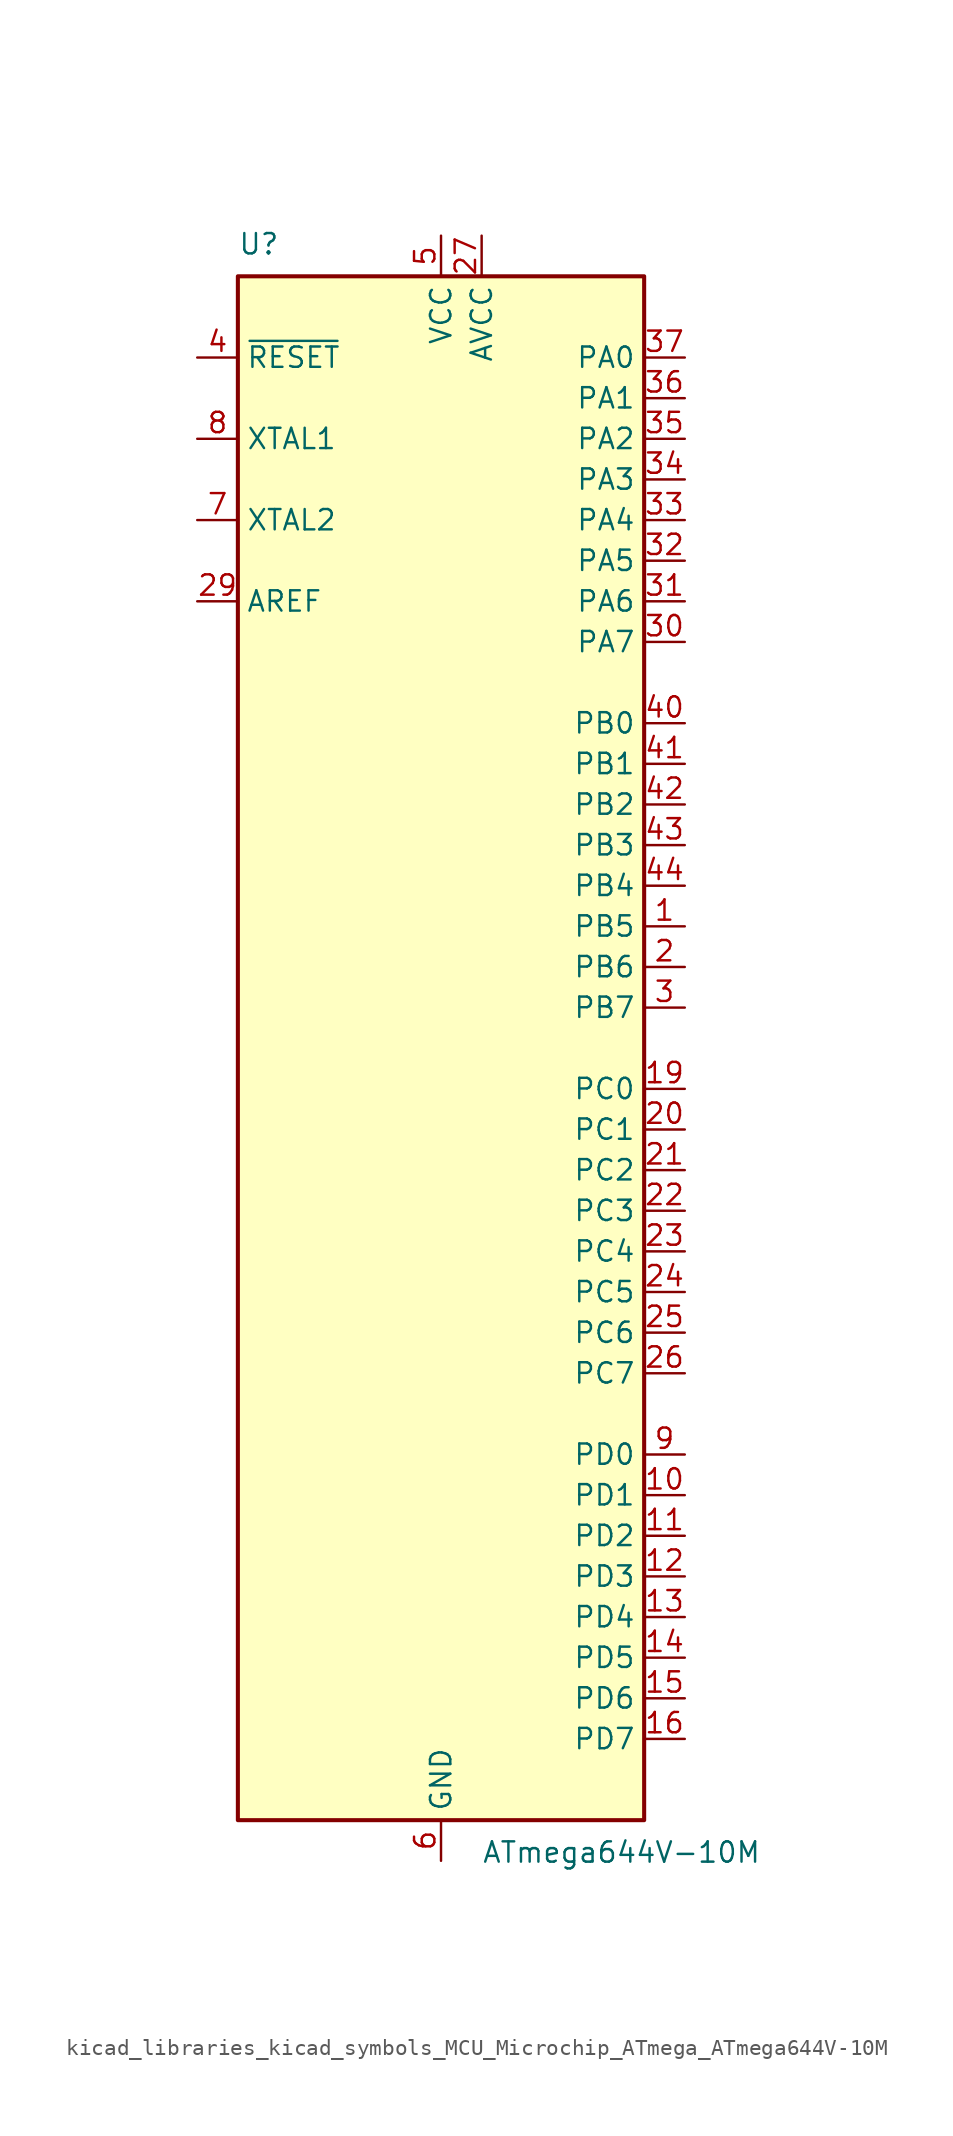
<source format=kicad_sym>
(kicad_symbol_lib
  (version 20220914)
  (generator kicad_symbol_editor)
  (symbol "kicad_libraries_kicad_symbols_MCU_Microchip_ATmega_ATmega644V-10M"
    (property "Reference" "U"
      (at -12.7 49.53 0)
      (effects (font (size 1.27 1.27)) (justify left bottom)))
    (property "Value" "ATmega644V-10M"
      (at 2.54 -49.53 0)
      (effects (font (size 1.27 1.27)) (justify left top)))
    (symbol "kicad_libraries_kicad_symbols_MCU_Microchip_ATmega_ATmega644V-10M_0_1"
      (rectangle (start -12.7 -48.26) (end 12.7 48.26) (stroke (width 0.254) (type default)) (fill (type background))))
    (symbol "kicad_libraries_kicad_symbols_MCU_Microchip_ATmega_ATmega644V-10M_1_1"
      (pin bidirectional line (at 15.24 7.62 180) (length 2.54) (name "PB5" (effects (font (size 1.27 1.27)))) (number "1" (effects (font (size 1.27 1.27)))))
      (pin bidirectional line (at 15.24 -27.94 180) (length 2.54) (name "PD1" (effects (font (size 1.27 1.27)))) (number "10" (effects (font (size 1.27 1.27)))))
      (pin bidirectional line (at 15.24 -30.48 180) (length 2.54) (name "PD2" (effects (font (size 1.27 1.27)))) (number "11" (effects (font (size 1.27 1.27)))))
      (pin bidirectional line (at 15.24 -33.02 180) (length 2.54) (name "PD3" (effects (font (size 1.27 1.27)))) (number "12" (effects (font (size 1.27 1.27)))))
      (pin bidirectional line (at 15.24 -35.56 180) (length 2.54) (name "PD4" (effects (font (size 1.27 1.27)))) (number "13" (effects (font (size 1.27 1.27)))))
      (pin bidirectional line (at 15.24 -38.1 180) (length 2.54) (name "PD5" (effects (font (size 1.27 1.27)))) (number "14" (effects (font (size 1.27 1.27)))))
      (pin bidirectional line (at 15.24 -40.64 180) (length 2.54) (name "PD6" (effects (font (size 1.27 1.27)))) (number "15" (effects (font (size 1.27 1.27)))))
      (pin bidirectional line (at 15.24 -43.18 180) (length 2.54) (name "PD7" (effects (font (size 1.27 1.27)))) (number "16" (effects (font (size 1.27 1.27)))))
      (pin passive line (at 0 50.8 270) (length 2.54) hide (name "VCC" (effects (font (size 1.27 1.27)))) (number "17" (effects (font (size 1.27 1.27)))))
      (pin passive line (at 0 -50.8 90) (length 2.54) hide (name "GND" (effects (font (size 1.27 1.27)))) (number "18" (effects (font (size 1.27 1.27)))))
      (pin bidirectional line (at 15.24 -2.54 180) (length 2.54) (name "PC0" (effects (font (size 1.27 1.27)))) (number "19" (effects (font (size 1.27 1.27)))))
      (pin bidirectional line (at 15.24 5.08 180) (length 2.54) (name "PB6" (effects (font (size 1.27 1.27)))) (number "2" (effects (font (size 1.27 1.27)))))
      (pin bidirectional line (at 15.24 -5.08 180) (length 2.54) (name "PC1" (effects (font (size 1.27 1.27)))) (number "20" (effects (font (size 1.27 1.27)))))
      (pin bidirectional line (at 15.24 -7.62 180) (length 2.54) (name "PC2" (effects (font (size 1.27 1.27)))) (number "21" (effects (font (size 1.27 1.27)))))
      (pin bidirectional line (at 15.24 -10.16 180) (length 2.54) (name "PC3" (effects (font (size 1.27 1.27)))) (number "22" (effects (font (size 1.27 1.27)))))
      (pin bidirectional line (at 15.24 -12.7 180) (length 2.54) (name "PC4" (effects (font (size 1.27 1.27)))) (number "23" (effects (font (size 1.27 1.27)))))
      (pin bidirectional line (at 15.24 -15.24 180) (length 2.54) (name "PC5" (effects (font (size 1.27 1.27)))) (number "24" (effects (font (size 1.27 1.27)))))
      (pin bidirectional line (at 15.24 -17.78 180) (length 2.54) (name "PC6" (effects (font (size 1.27 1.27)))) (number "25" (effects (font (size 1.27 1.27)))))
      (pin bidirectional line (at 15.24 -20.32 180) (length 2.54) (name "PC7" (effects (font (size 1.27 1.27)))) (number "26" (effects (font (size 1.27 1.27)))))
      (pin power_in line (at 2.54 50.8 270) (length 2.54) (name "AVCC" (effects (font (size 1.27 1.27)))) (number "27" (effects (font (size 1.27 1.27)))))
      (pin passive line (at 0 -50.8 90) (length 2.54) hide (name "GND" (effects (font (size 1.27 1.27)))) (number "28" (effects (font (size 1.27 1.27)))))
      (pin passive line (at -15.24 27.94 0) (length 2.54) (name "AREF" (effects (font (size 1.27 1.27)))) (number "29" (effects (font (size 1.27 1.27)))))
      (pin bidirectional line (at 15.24 2.54 180) (length 2.54) (name "PB7" (effects (font (size 1.27 1.27)))) (number "3" (effects (font (size 1.27 1.27)))))
      (pin bidirectional line (at 15.24 25.4 180) (length 2.54) (name "PA7" (effects (font (size 1.27 1.27)))) (number "30" (effects (font (size 1.27 1.27)))))
      (pin bidirectional line (at 15.24 27.94 180) (length 2.54) (name "PA6" (effects (font (size 1.27 1.27)))) (number "31" (effects (font (size 1.27 1.27)))))
      (pin bidirectional line (at 15.24 30.48 180) (length 2.54) (name "PA5" (effects (font (size 1.27 1.27)))) (number "32" (effects (font (size 1.27 1.27)))))
      (pin bidirectional line (at 15.24 33.02 180) (length 2.54) (name "PA4" (effects (font (size 1.27 1.27)))) (number "33" (effects (font (size 1.27 1.27)))))
      (pin bidirectional line (at 15.24 35.56 180) (length 2.54) (name "PA3" (effects (font (size 1.27 1.27)))) (number "34" (effects (font (size 1.27 1.27)))))
      (pin bidirectional line (at 15.24 38.1 180) (length 2.54) (name "PA2" (effects (font (size 1.27 1.27)))) (number "35" (effects (font (size 1.27 1.27)))))
      (pin bidirectional line (at 15.24 40.64 180) (length 2.54) (name "PA1" (effects (font (size 1.27 1.27)))) (number "36" (effects (font (size 1.27 1.27)))))
      (pin bidirectional line (at 15.24 43.18 180) (length 2.54) (name "PA0" (effects (font (size 1.27 1.27)))) (number "37" (effects (font (size 1.27 1.27)))))
      (pin passive line (at 0 50.8 270) (length 2.54) hide (name "VCC" (effects (font (size 1.27 1.27)))) (number "38" (effects (font (size 1.27 1.27)))))
      (pin passive line (at 0 -50.8 90) (length 2.54) hide (name "GND" (effects (font (size 1.27 1.27)))) (number "39" (effects (font (size 1.27 1.27)))))
      (pin input line (at -15.24 43.18 0) (length 2.54) (name "~{RESET}" (effects (font (size 1.27 1.27)))) (number "4" (effects (font (size 1.27 1.27)))))
      (pin bidirectional line (at 15.24 20.32 180) (length 2.54) (name "PB0" (effects (font (size 1.27 1.27)))) (number "40" (effects (font (size 1.27 1.27)))))
      (pin bidirectional line (at 15.24 17.78 180) (length 2.54) (name "PB1" (effects (font (size 1.27 1.27)))) (number "41" (effects (font (size 1.27 1.27)))))
      (pin bidirectional line (at 15.24 15.24 180) (length 2.54) (name "PB2" (effects (font (size 1.27 1.27)))) (number "42" (effects (font (size 1.27 1.27)))))
      (pin bidirectional line (at 15.24 12.7 180) (length 2.54) (name "PB3" (effects (font (size 1.27 1.27)))) (number "43" (effects (font (size 1.27 1.27)))))
      (pin bidirectional line (at 15.24 10.16 180) (length 2.54) (name "PB4" (effects (font (size 1.27 1.27)))) (number "44" (effects (font (size 1.27 1.27)))))
      (pin passive line (at 0 -50.8 90) (length 2.54) hide (name "GND" (effects (font (size 1.27 1.27)))) (number "45" (effects (font (size 1.27 1.27)))))
      (pin power_in line (at 0 50.8 270) (length 2.54) (name "VCC" (effects (font (size 1.27 1.27)))) (number "5" (effects (font (size 1.27 1.27)))))
      (pin power_in line (at 0 -50.8 90) (length 2.54) (name "GND" (effects (font (size 1.27 1.27)))) (number "6" (effects (font (size 1.27 1.27)))))
      (pin output line (at -15.24 33.02 0) (length 2.54) (name "XTAL2" (effects (font (size 1.27 1.27)))) (number "7" (effects (font (size 1.27 1.27)))))
      (pin input line (at -15.24 38.1 0) (length 2.54) (name "XTAL1" (effects (font (size 1.27 1.27)))) (number "8" (effects (font (size 1.27 1.27)))))
      (pin bidirectional line (at 15.24 -25.4 180) (length 2.54) (name "PD0" (effects (font (size 1.27 1.27)))) (number "9" (effects (font (size 1.27 1.27))))))))
</source>
